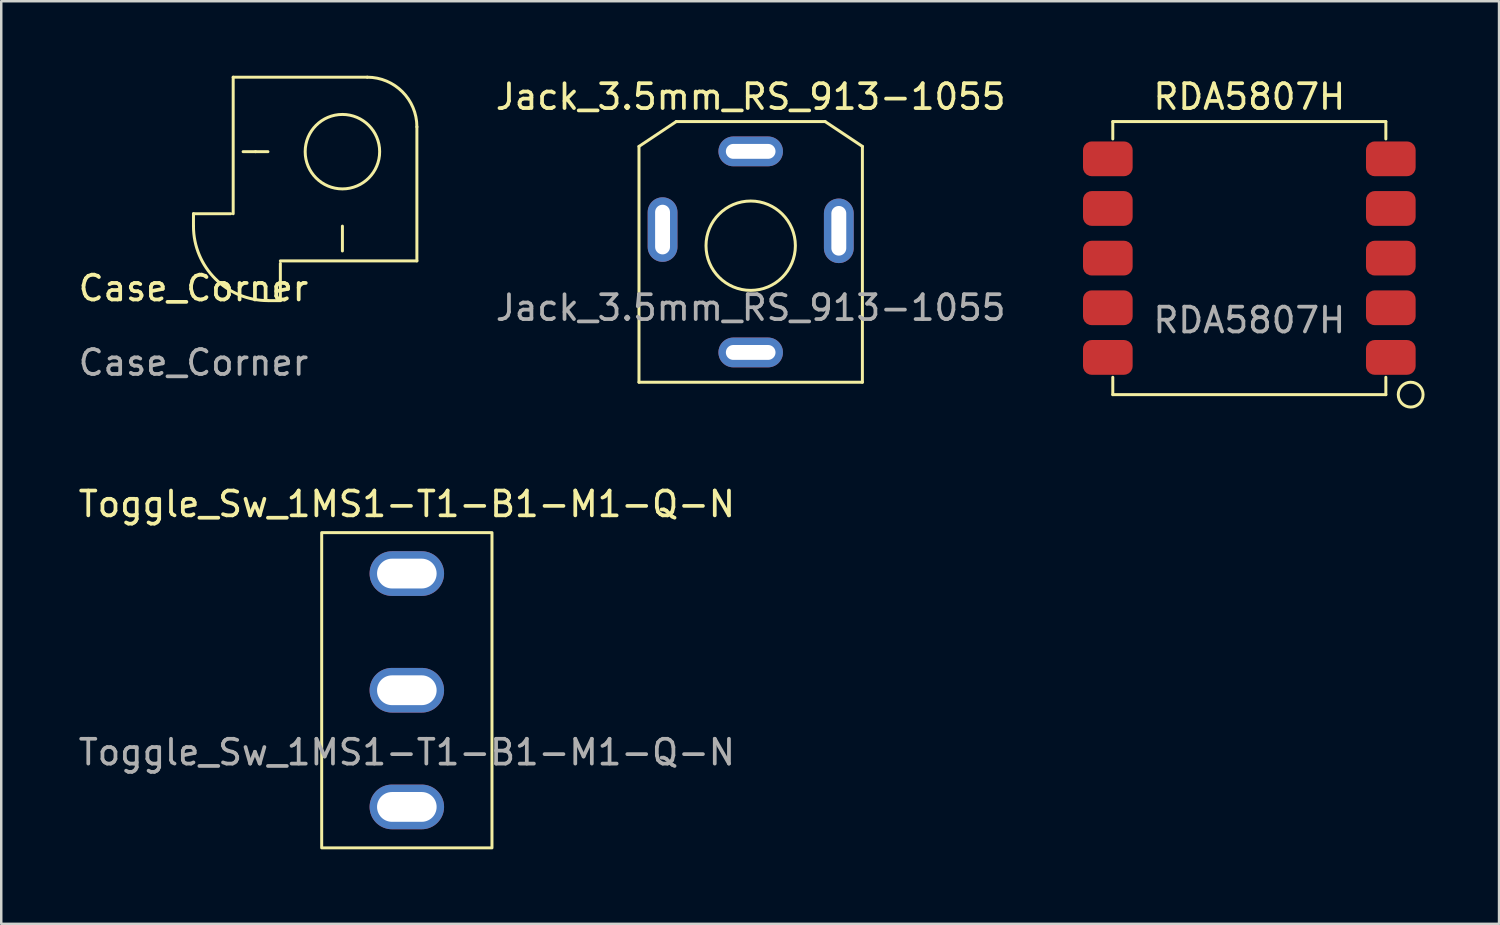
<source format=kicad_pcb>
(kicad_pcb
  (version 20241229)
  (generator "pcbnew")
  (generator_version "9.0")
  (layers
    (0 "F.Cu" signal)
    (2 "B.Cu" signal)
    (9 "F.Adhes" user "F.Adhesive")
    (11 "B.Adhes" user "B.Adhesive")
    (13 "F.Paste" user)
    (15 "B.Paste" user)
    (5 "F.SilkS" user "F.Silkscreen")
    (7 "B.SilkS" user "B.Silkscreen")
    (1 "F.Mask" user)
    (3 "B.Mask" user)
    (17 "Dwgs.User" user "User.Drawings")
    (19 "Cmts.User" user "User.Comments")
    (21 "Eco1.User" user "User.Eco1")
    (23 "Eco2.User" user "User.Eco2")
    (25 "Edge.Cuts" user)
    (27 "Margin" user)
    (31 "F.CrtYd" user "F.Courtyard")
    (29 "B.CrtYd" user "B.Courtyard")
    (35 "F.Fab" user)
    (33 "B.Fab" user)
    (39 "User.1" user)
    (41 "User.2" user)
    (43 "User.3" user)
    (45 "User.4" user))
  (footprint "Case_Corner"
    (layer "F.Cu")
    (at 4.744 9.06)
    (property "Reference" "Case_Corner" (at 0 -0.5 0) (unlocked yes) (layer "F.SilkS") (effects (font (size 1 1) (thickness 0.15))))
    (fp_line (start 0 -3.5) (end 1.5 -3.5) (stroke (width 0.12) (type solid)) (layer "F.SilkS"))
    (fp_line (start 0 -3) (end 0 -3.5) (stroke (width 0.12) (type solid)) (layer "F.SilkS"))
    (fp_line (start 1.6 -3.5) (end 1.6 -9) (stroke (width 0.12) (type solid)) (layer "F.SilkS"))
    (fp_line (start 2 -6) (end 2.5 -6) (stroke (width 0.12) (type solid)) (layer "F.SilkS"))
    (fp_line (start 2.5 -6) (end 3 -6) (stroke (width 0.12) (type solid)) (layer "F.SilkS"))
    (fp_line (start 3 0) (end 3.5 0) (stroke (width 0.12) (type solid)) (layer "F.SilkS"))
    (fp_line (start 3.5 -1.6) (end 9 -1.6) (stroke (width 0.12) (type solid)) (layer "F.SilkS"))
    (fp_line (start 3.5 0) (end 3.5 -1.5) (stroke (width 0.12) (type solid)) (layer "F.SilkS"))
    (fp_line (start 6 -2) (end 6 -3) (stroke (width 0.12) (type solid)) (layer "F.SilkS"))
    (fp_line (start 7 -9) (end 1.6 -9) (stroke (width 0.12) (type solid)) (layer "F.SilkS"))
    (fp_line (start 9 -1.6) (end 9 -7) (stroke (width 0.12) (type solid)) (layer "F.SilkS"))
    (fp_arc (start 3 0) (mid 0.87868 -0.87868) (end 0 -3) (stroke (width 0.12) (type solid)) (layer "F.SilkS"))
    (fp_arc (start 7 -9) (mid 8.414214 -8.414214) (end 9 -7) (stroke (width 0.12) (type solid)) (layer "F.SilkS"))
    (fp_circle (center 6 -6) (end 7.5 -6) (stroke (width 0.12) (type solid)) (fill no) (layer "F.SilkS"))
    (fp_text user "${REFERENCE}" (at 0 2.5 0) (unlocked yes) (layer "F.Fab") (effects (font (size 1 1) (thickness 0.15)))))
  (footprint "Toggle_Sw_1MS1-T1-B1-M1-Q-N"
    (layer "F.Cu")
    (at 13.339 24.756)
    (property "Reference" "Toggle_Sw_1MS1-T1-B1-M1-Q-N" (at 0 -7.5 0) (unlocked yes) (layer "F.SilkS") (effects (font (size 1 1) (thickness 0.15))))
    (attr through_hole)
    (fp_rect (start -3.43 -6.35) (end 3.43 6.35) (stroke (width 0.12) (type solid)) (fill no) (layer "F.SilkS"))
    (fp_text user "${REFERENCE}" (at 0 2.5 0) (unlocked yes) (layer "F.Fab") (effects (font (size 1 1) (thickness 0.15))))
    (pad "1" thru_hole oval (at 0 4.7) (size 3 1.8) (drill oval 2.4 1.2) (layers "*.Cu" "*.Mask"))
    (pad "2" thru_hole oval (at 0 0) (size 3 1.8) (drill oval 2.4 1.2) (layers "*.Cu" "*.Mask"))
    (pad "3" thru_hole oval (at 0 -4.7) (size 3 1.8) (drill oval 2.4 1.2) (layers "*.Cu" "*.Mask")))
  (footprint "Jack_3.5mm_RS_913-1055"
    (layer "F.Cu")
    (at 27.191 6.848)
    (property "Reference" "Jack_3.5mm_RS_913-1055" (at 0 -6 0) (unlocked yes) (layer "F.SilkS") (effects (font (size 1 1) (thickness 0.15))))
    (attr through_hole)
    (fp_line (start -4.5 -4) (end -4.5 5.5) (stroke (width 0.12) (type solid)) (layer "F.SilkS"))
    (fp_line (start -4.5 -4) (end -3 -5) (stroke (width 0.12) (type solid)) (layer "F.SilkS"))
    (fp_line (start -4.5 5.5) (end 4.5 5.5) (stroke (width 0.12) (type solid)) (layer "F.SilkS"))
    (fp_line (start -3 -5) (end 3 -5) (stroke (width 0.12) (type solid)) (layer "F.SilkS"))
    (fp_line (start 3 -5) (end 4.5 -4) (stroke (width 0.12) (type solid)) (layer "F.SilkS"))
    (fp_line (start 4.5 5.5) (end 4.5 -4) (stroke (width 0.12) (type solid)) (layer "F.SilkS"))
    (fp_circle (center 0 0) (end 1.8 0) (stroke (width 0.12) (type solid)) (fill no) (layer "F.SilkS"))
    (fp_text user "${REFERENCE}" (at 0 2.5 0) (unlocked yes) (layer "F.Fab") (effects (font (size 1 1) (thickness 0.15))))
    (pad "G" thru_hole oval (at 3.55 -0.6) (size 1.2 2.6) (drill oval 0.6 2) (layers "*.Cu" "*.Mask"))
    (pad "S" thru_hole oval (at 0 -3.8 90) (size 1.2 2.6) (drill oval 0.6 2) (layers "*.Cu" "*.Mask"))
    (pad "T" thru_hole oval (at 0 4.3 270) (size 1.2 2.6) (drill oval 0.6 2) (layers "*.Cu" "*.Mask"))
    (pad "TN" thru_hole oval (at -3.55 -0.65 180) (size 1.2 2.6) (drill oval 0.6 2) (layers "*.Cu" "*.Mask")))
  (footprint "RDA5807H"
    (layer "F.Cu")
    (at 47.278 7.348)
    (property "Reference" "RDA5807H" (at 0 -6.5 0) (unlocked yes) (layer "F.SilkS") (effects (font (size 1 1) (thickness 0.15))))
    (attr smd)
    (fp_line (start -5.5 -5.5) (end -5.5 -4.8) (stroke (width 0.12) (type solid)) (layer "F.SilkS"))
    (fp_line (start -5.5 -5.5) (end 5.5 -5.5) (stroke (width 0.12) (type solid)) (layer "F.SilkS"))
    (fp_line (start -5.5 5.5) (end -5.5 4.8) (stroke (width 0.12) (type solid)) (layer "F.SilkS"))
    (fp_line (start 5.5 -5.5) (end 5.5 -4.8) (stroke (width 0.12) (type solid)) (layer "F.SilkS"))
    (fp_line (start 5.5 4.8) (end 5.5 5.5) (stroke (width 0.12) (type solid)) (layer "F.SilkS"))
    (fp_line (start 5.5 5.5) (end -5.5 5.5) (stroke (width 0.12) (type solid)) (layer "F.SilkS"))
    (fp_circle (center 6.5 5.5) (end 7 5.5) (stroke (width 0.12) (type solid)) (fill no) (layer "F.SilkS"))
    (fp_text user "${REFERENCE}" (at 0 2.5 0) (unlocked yes) (layer "F.Fab") (effects (font (size 1 1) (thickness 0.15))))
    (pad "1" smd roundrect (at 5.5 4) (size 2 1.4) (drill (offset 0.2 0)) (layers "F.Cu" "F.Mask" "F.Paste") (roundrect_rratio 0.25))
    (pad "2" smd roundrect (at 5.5 2) (size 2 1.4) (drill (offset 0.2 0)) (layers "F.Cu" "F.Mask" "F.Paste") (roundrect_rratio 0.25))
    (pad "3" smd roundrect (at 5.5 0) (size 2 1.4) (drill (offset 0.2 0)) (layers "F.Cu" "F.Mask" "F.Paste") (roundrect_rratio 0.25))
    (pad "4" smd roundrect (at 5.5 -2) (size 2 1.4) (drill (offset 0.2 0)) (layers "F.Cu" "F.Mask" "F.Paste") (roundrect_rratio 0.25))
    (pad "5" smd roundrect (at 5.5 -4) (size 2 1.4) (drill (offset 0.2 0)) (layers "F.Cu" "F.Mask" "F.Paste") (roundrect_rratio 0.25))
    (pad "6" smd roundrect (at -5.5 -4) (size 2 1.4) (drill (offset -0.2 0)) (layers "F.Cu" "F.Mask" "F.Paste") (roundrect_rratio 0.25))
    (pad "7" smd roundrect (at -5.5 -2) (size 2 1.4) (drill (offset -0.2 0)) (layers "F.Cu" "F.Mask" "F.Paste") (roundrect_rratio 0.25))
    (pad "8" smd roundrect (at -5.5 0) (size 2 1.4) (drill (offset -0.2 0)) (layers "F.Cu" "F.Mask" "F.Paste") (roundrect_rratio 0.25))
    (pad "9" smd roundrect (at -5.5 2) (size 2 1.4) (drill (offset -0.2 0)) (layers "F.Cu" "F.Mask" "F.Paste") (roundrect_rratio 0.25))
    (pad "10" smd roundrect (at -5.5 4) (size 2 1.4) (drill (offset -0.2 0)) (layers "F.Cu" "F.Mask" "F.Paste") (roundrect_rratio 0.25)))
  (gr_rect
    (start -3 -3)
    (end 57.338 34.166)
    (stroke (width 0.1) (type default))
    (fill no)
    (layer "Edge.Cuts")))
</source>
